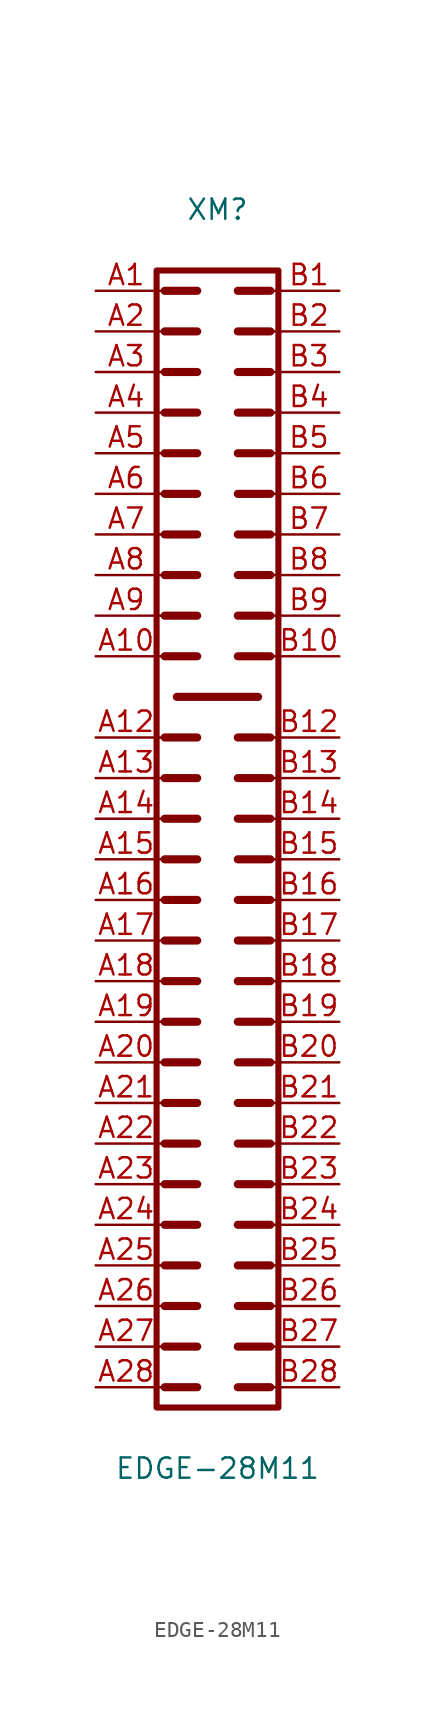
<source format=kicad_sym>
(kicad_symbol_lib
  (version 20231120)
  (generator "kicad_symbol_editor")
  (generator_version "8.0")
  (symbol "EDGE-28M11"
    (pin_names
      (offset 1.016))
    (property "Reference" "XM"
      (at 0 39.37 0)
      (effects (font (size 1.27 1.27))))
    (property "Value" "EDGE-28M11"
      (at 0 -39.37 0)
      (effects (font (size 1.27 1.27))))
    (symbol "EDGE-28M11_0_0"
      (polyline (pts (xy -2.54 8.89) (xy 2.54 8.89)) (stroke (width 0.508) (type default)) (fill (type none))))
    (symbol "EDGE-28M11_0_1"
      (rectangle (start -3.81 35.56) (end 3.81 -35.56) (stroke (width 0.381) (type default)) (fill (type none)))
      (polyline (pts (xy -3.81 -34.29) (xy -3.302 -34.29)) (stroke (width 0) (type default)) (fill (type none)))
      (polyline (pts (xy -3.81 -31.75) (xy -3.302 -31.75)) (stroke (width 0) (type default)) (fill (type none)))
      (polyline (pts (xy -3.81 -29.21) (xy -3.302 -29.21)) (stroke (width 0) (type default)) (fill (type none)))
      (polyline (pts (xy -3.81 -26.67) (xy -3.302 -26.67)) (stroke (width 0) (type default)) (fill (type none)))
      (polyline (pts (xy -3.81 -24.13) (xy -3.302 -24.13)) (stroke (width 0) (type default)) (fill (type none)))
      (polyline (pts (xy -3.81 -21.59) (xy -3.302 -21.59)) (stroke (width 0) (type default)) (fill (type none)))
      (polyline (pts (xy -3.81 -19.05) (xy -3.302 -19.05)) (stroke (width 0) (type default)) (fill (type none)))
      (polyline (pts (xy -3.81 -16.51) (xy -3.302 -16.51)) (stroke (width 0) (type default)) (fill (type none)))
      (polyline (pts (xy -3.81 -13.97) (xy -3.302 -13.97)) (stroke (width 0) (type default)) (fill (type none)))
      (polyline (pts (xy -3.81 -11.43) (xy -3.302 -11.43)) (stroke (width 0) (type default)) (fill (type none)))
      (polyline (pts (xy -3.81 -8.89) (xy -3.302 -8.89)) (stroke (width 0) (type default)) (fill (type none)))
      (polyline (pts (xy -3.81 -6.35) (xy -3.302 -6.35)) (stroke (width 0) (type default)) (fill (type none)))
      (polyline (pts (xy -3.81 -3.81) (xy -3.302 -3.81)) (stroke (width 0) (type default)) (fill (type none)))
      (polyline (pts (xy -3.81 -1.27) (xy -3.302 -1.27)) (stroke (width 0) (type default)) (fill (type none)))
      (polyline (pts (xy -3.81 1.27) (xy -3.302 1.27)) (stroke (width 0) (type default)) (fill (type none)))
      (polyline (pts (xy -3.81 3.81) (xy -3.302 3.81)) (stroke (width 0) (type default)) (fill (type none)))
      (polyline (pts (xy -3.81 6.35) (xy -3.302 6.35)) (stroke (width 0) (type default)) (fill (type none)))
      (polyline (pts (xy -3.81 11.43) (xy -3.302 11.43)) (stroke (width 0) (type default)) (fill (type none)))
      (polyline (pts (xy -3.81 13.97) (xy -3.302 13.97)) (stroke (width 0) (type default)) (fill (type none)))
      (polyline (pts (xy -3.81 16.51) (xy -3.302 16.51)) (stroke (width 0) (type default)) (fill (type none)))
      (polyline (pts (xy -3.81 19.05) (xy -3.302 19.05)) (stroke (width 0) (type default)) (fill (type none)))
      (polyline (pts (xy -3.81 21.59) (xy -3.302 21.59)) (stroke (width 0) (type default)) (fill (type none)))
      (polyline (pts (xy -3.81 24.13) (xy -3.302 24.13)) (stroke (width 0) (type default)) (fill (type none)))
      (polyline (pts (xy -3.81 26.67) (xy -3.302 26.67)) (stroke (width 0) (type default)) (fill (type none)))
      (polyline (pts (xy -3.81 29.21) (xy -3.302 29.21)) (stroke (width 0) (type default)) (fill (type none)))
      (polyline (pts (xy -3.81 31.75) (xy -3.302 31.75)) (stroke (width 0) (type default)) (fill (type none)))
      (polyline (pts (xy -3.81 34.29) (xy -3.302 34.29)) (stroke (width 0) (type default)) (fill (type none)))
      (polyline (pts (xy -3.302 -34.29) (xy -1.27 -34.29)) (stroke (width 0.508) (type default)) (fill (type none)))
      (polyline (pts (xy -3.302 -31.75) (xy -1.27 -31.75)) (stroke (width 0.508) (type default)) (fill (type none)))
      (polyline (pts (xy -3.302 -29.21) (xy -1.27 -29.21)) (stroke (width 0.508) (type default)) (fill (type none)))
      (polyline (pts (xy -3.302 -26.67) (xy -1.27 -26.67)) (stroke (width 0.508) (type default)) (fill (type none)))
      (polyline (pts (xy -3.302 -24.13) (xy -1.27 -24.13)) (stroke (width 0.508) (type default)) (fill (type none)))
      (polyline (pts (xy -3.302 -21.59) (xy -1.27 -21.59)) (stroke (width 0.508) (type default)) (fill (type none)))
      (polyline (pts (xy -3.302 -19.05) (xy -1.27 -19.05)) (stroke (width 0.508) (type default)) (fill (type none)))
      (polyline (pts (xy -3.302 -16.51) (xy -1.27 -16.51)) (stroke (width 0.508) (type default)) (fill (type none)))
      (polyline (pts (xy -3.302 -13.97) (xy -1.27 -13.97)) (stroke (width 0.508) (type default)) (fill (type none)))
      (polyline (pts (xy -3.302 -11.43) (xy -1.27 -11.43)) (stroke (width 0.508) (type default)) (fill (type none)))
      (polyline (pts (xy -3.302 -8.89) (xy -1.27 -8.89)) (stroke (width 0.508) (type default)) (fill (type none)))
      (polyline (pts (xy -3.302 -6.35) (xy -1.27 -6.35)) (stroke (width 0.508) (type default)) (fill (type none)))
      (polyline (pts (xy -3.302 -3.81) (xy -1.27 -3.81)) (stroke (width 0.508) (type default)) (fill (type none)))
      (polyline (pts (xy -3.302 -1.27) (xy -1.27 -1.27)) (stroke (width 0.508) (type default)) (fill (type none)))
      (polyline (pts (xy -3.302 1.27) (xy -1.27 1.27)) (stroke (width 0.508) (type default)) (fill (type none)))
      (polyline (pts (xy -3.302 3.81) (xy -1.27 3.81)) (stroke (width 0.508) (type default)) (fill (type none)))
      (polyline (pts (xy -3.302 6.35) (xy -1.27 6.35)) (stroke (width 0.508) (type default)) (fill (type none)))
      (polyline (pts (xy -3.302 11.43) (xy -1.27 11.43)) (stroke (width 0.508) (type default)) (fill (type none)))
      (polyline (pts (xy -3.302 13.97) (xy -1.27 13.97)) (stroke (width 0.508) (type default)) (fill (type none)))
      (polyline (pts (xy -3.302 16.51) (xy -1.27 16.51)) (stroke (width 0.508) (type default)) (fill (type none)))
      (polyline (pts (xy -3.302 19.05) (xy -1.27 19.05)) (stroke (width 0.508) (type default)) (fill (type none)))
      (polyline (pts (xy -3.302 21.59) (xy -1.27 21.59)) (stroke (width 0.508) (type default)) (fill (type none)))
      (polyline (pts (xy -3.302 24.13) (xy -1.27 24.13)) (stroke (width 0.508) (type default)) (fill (type none)))
      (polyline (pts (xy -3.302 26.67) (xy -1.27 26.67)) (stroke (width 0.508) (type default)) (fill (type none)))
      (polyline (pts (xy -3.302 29.21) (xy -1.27 29.21)) (stroke (width 0.508) (type default)) (fill (type none)))
      (polyline (pts (xy -3.302 31.75) (xy -1.27 31.75)) (stroke (width 0.508) (type default)) (fill (type none)))
      (polyline (pts (xy -3.302 34.29) (xy -1.27 34.29)) (stroke (width 0.508) (type default)) (fill (type none)))
      (polyline (pts (xy 3.302 -34.29) (xy 1.27 -34.29)) (stroke (width 0.508) (type default)) (fill (type none)))
      (polyline (pts (xy 3.302 -31.75) (xy 1.27 -31.75)) (stroke (width 0.508) (type default)) (fill (type none)))
      (polyline (pts (xy 3.302 -29.21) (xy 1.27 -29.21)) (stroke (width 0.508) (type default)) (fill (type none)))
      (polyline (pts (xy 3.302 -26.67) (xy 1.27 -26.67)) (stroke (width 0.508) (type default)) (fill (type none)))
      (polyline (pts (xy 3.302 -24.13) (xy 1.27 -24.13)) (stroke (width 0.508) (type default)) (fill (type none)))
      (polyline (pts (xy 3.302 -21.59) (xy 1.27 -21.59)) (stroke (width 0.508) (type default)) (fill (type none)))
      (polyline (pts (xy 3.302 -19.05) (xy 1.27 -19.05)) (stroke (width 0.508) (type default)) (fill (type none)))
      (polyline (pts (xy 3.302 -16.51) (xy 1.27 -16.51)) (stroke (width 0.508) (type default)) (fill (type none)))
      (polyline (pts (xy 3.302 -13.97) (xy 1.27 -13.97)) (stroke (width 0.508) (type default)) (fill (type none)))
      (polyline (pts (xy 3.302 -11.43) (xy 1.27 -11.43)) (stroke (width 0.508) (type default)) (fill (type none)))
      (polyline (pts (xy 3.302 -8.89) (xy 1.27 -8.89)) (stroke (width 0.508) (type default)) (fill (type none)))
      (polyline (pts (xy 3.302 -6.35) (xy 1.27 -6.35)) (stroke (width 0.508) (type default)) (fill (type none)))
      (polyline (pts (xy 3.302 -3.81) (xy 1.27 -3.81)) (stroke (width 0.508) (type default)) (fill (type none)))
      (polyline (pts (xy 3.302 -1.27) (xy 1.27 -1.27)) (stroke (width 0.508) (type default)) (fill (type none)))
      (polyline (pts (xy 3.302 1.27) (xy 1.27 1.27)) (stroke (width 0.508) (type default)) (fill (type none)))
      (polyline (pts (xy 3.302 3.81) (xy 1.27 3.81)) (stroke (width 0.508) (type default)) (fill (type none)))
      (polyline (pts (xy 3.302 6.35) (xy 1.27 6.35)) (stroke (width 0.508) (type default)) (fill (type none)))
      (polyline (pts (xy 3.302 11.43) (xy 1.27 11.43)) (stroke (width 0.508) (type default)) (fill (type none)))
      (polyline (pts (xy 3.302 13.97) (xy 1.27 13.97)) (stroke (width 0.508) (type default)) (fill (type none)))
      (polyline (pts (xy 3.302 16.51) (xy 1.27 16.51)) (stroke (width 0.508) (type default)) (fill (type none)))
      (polyline (pts (xy 3.302 19.05) (xy 1.27 19.05)) (stroke (width 0.508) (type default)) (fill (type none)))
      (polyline (pts (xy 3.302 21.59) (xy 1.27 21.59)) (stroke (width 0.508) (type default)) (fill (type none)))
      (polyline (pts (xy 3.302 24.13) (xy 1.27 24.13)) (stroke (width 0.508) (type default)) (fill (type none)))
      (polyline (pts (xy 3.302 26.67) (xy 1.27 26.67)) (stroke (width 0.508) (type default)) (fill (type none)))
      (polyline (pts (xy 3.302 29.21) (xy 1.27 29.21)) (stroke (width 0.508) (type default)) (fill (type none)))
      (polyline (pts (xy 3.302 31.75) (xy 1.27 31.75)) (stroke (width 0.508) (type default)) (fill (type none)))
      (polyline (pts (xy 3.302 34.29) (xy 1.27 34.29)) (stroke (width 0.508) (type default)) (fill (type none)))
      (polyline (pts (xy 3.81 -34.29) (xy 3.302 -34.29)) (stroke (width 0) (type default)) (fill (type none)))
      (polyline (pts (xy 3.81 -31.75) (xy 3.302 -31.75)) (stroke (width 0) (type default)) (fill (type none)))
      (polyline (pts (xy 3.81 -29.21) (xy 3.302 -29.21)) (stroke (width 0) (type default)) (fill (type none)))
      (polyline (pts (xy 3.81 -26.67) (xy 3.302 -26.67)) (stroke (width 0) (type default)) (fill (type none)))
      (polyline (pts (xy 3.81 -24.13) (xy 3.302 -24.13)) (stroke (width 0) (type default)) (fill (type none)))
      (polyline (pts (xy 3.81 -21.59) (xy 3.302 -21.59)) (stroke (width 0) (type default)) (fill (type none)))
      (polyline (pts (xy 3.81 -19.05) (xy 3.302 -19.05)) (stroke (width 0) (type default)) (fill (type none)))
      (polyline (pts (xy 3.81 -16.51) (xy 3.302 -16.51)) (stroke (width 0) (type default)) (fill (type none)))
      (polyline (pts (xy 3.81 -13.97) (xy 3.302 -13.97)) (stroke (width 0) (type default)) (fill (type none)))
      (polyline (pts (xy 3.81 -11.43) (xy 3.302 -11.43)) (stroke (width 0) (type default)) (fill (type none)))
      (polyline (pts (xy 3.81 -8.89) (xy 3.302 -8.89)) (stroke (width 0) (type default)) (fill (type none)))
      (polyline (pts (xy 3.81 -6.35) (xy 3.302 -6.35)) (stroke (width 0) (type default)) (fill (type none)))
      (polyline (pts (xy 3.81 -3.81) (xy 3.302 -3.81)) (stroke (width 0) (type default)) (fill (type none)))
      (polyline (pts (xy 3.81 -1.27) (xy 3.302 -1.27)) (stroke (width 0) (type default)) (fill (type none)))
      (polyline (pts (xy 3.81 1.27) (xy 3.302 1.27)) (stroke (width 0) (type default)) (fill (type none)))
      (polyline (pts (xy 3.81 3.81) (xy 3.302 3.81)) (stroke (width 0) (type default)) (fill (type none)))
      (polyline (pts (xy 3.81 6.35) (xy 3.302 6.35)) (stroke (width 0) (type default)) (fill (type none)))
      (polyline (pts (xy 3.81 11.43) (xy 3.302 11.43)) (stroke (width 0) (type default)) (fill (type none)))
      (polyline (pts (xy 3.81 13.97) (xy 3.302 13.97)) (stroke (width 0) (type default)) (fill (type none)))
      (polyline (pts (xy 3.81 16.51) (xy 3.302 16.51)) (stroke (width 0) (type default)) (fill (type none)))
      (polyline (pts (xy 3.81 19.05) (xy 3.302 19.05)) (stroke (width 0) (type default)) (fill (type none)))
      (polyline (pts (xy 3.81 21.59) (xy 3.302 21.59)) (stroke (width 0) (type default)) (fill (type none)))
      (polyline (pts (xy 3.81 24.13) (xy 3.302 24.13)) (stroke (width 0) (type default)) (fill (type none)))
      (polyline (pts (xy 3.81 26.67) (xy 3.302 26.67)) (stroke (width 0) (type default)) (fill (type none)))
      (polyline (pts (xy 3.81 29.21) (xy 3.302 29.21)) (stroke (width 0) (type default)) (fill (type none)))
      (polyline (pts (xy 3.81 31.75) (xy 3.302 31.75)) (stroke (width 0) (type default)) (fill (type none)))
      (polyline (pts (xy 3.81 34.29) (xy 3.302 34.29)) (stroke (width 0) (type default)) (fill (type none))))
    (symbol "EDGE-28M11_1_1"
      (pin passive line (at -7.62 34.29 0) (length 3.81) (name "~" (effects (font (size 1.27 1.27)))) (number "A1" (effects (font (size 1.27 1.27)))))
      (pin passive line (at -7.62 11.43 0) (length 3.81) (name "~" (effects (font (size 1.27 1.27)))) (number "A10" (effects (font (size 1.27 1.27)))))
      (pin passive line (at -7.62 6.35 0) (length 3.81) (name "~" (effects (font (size 1.27 1.27)))) (number "A12" (effects (font (size 1.27 1.27)))))
      (pin passive line (at -7.62 3.81 0) (length 3.81) (name "~" (effects (font (size 1.27 1.27)))) (number "A13" (effects (font (size 1.27 1.27)))))
      (pin passive line (at -7.62 1.27 0) (length 3.81) (name "~" (effects (font (size 1.27 1.27)))) (number "A14" (effects (font (size 1.27 1.27)))))
      (pin passive line (at -7.62 -1.27 0) (length 3.81) (name "~" (effects (font (size 1.27 1.27)))) (number "A15" (effects (font (size 1.27 1.27)))))
      (pin passive line (at -7.62 -3.81 0) (length 3.81) (name "~" (effects (font (size 1.27 1.27)))) (number "A16" (effects (font (size 1.27 1.27)))))
      (pin passive line (at -7.62 -6.35 0) (length 3.81) (name "~" (effects (font (size 1.27 1.27)))) (number "A17" (effects (font (size 1.27 1.27)))))
      (pin passive line (at -7.62 -8.89 0) (length 3.81) (name "~" (effects (font (size 1.27 1.27)))) (number "A18" (effects (font (size 1.27 1.27)))))
      (pin passive line (at -7.62 -11.43 0) (length 3.81) (name "~" (effects (font (size 1.27 1.27)))) (number "A19" (effects (font (size 1.27 1.27)))))
      (pin passive line (at -7.62 31.75 0) (length 3.81) (name "~" (effects (font (size 1.27 1.27)))) (number "A2" (effects (font (size 1.27 1.27)))))
      (pin passive line (at -7.62 -13.97 0) (length 3.81) (name "~" (effects (font (size 1.27 1.27)))) (number "A20" (effects (font (size 1.27 1.27)))))
      (pin passive line (at -7.62 -16.51 0) (length 3.81) (name "~" (effects (font (size 1.27 1.27)))) (number "A21" (effects (font (size 1.27 1.27)))))
      (pin passive line (at -7.62 -19.05 0) (length 3.81) (name "~" (effects (font (size 1.27 1.27)))) (number "A22" (effects (font (size 1.27 1.27)))))
      (pin passive line (at -7.62 -21.59 0) (length 3.81) (name "~" (effects (font (size 1.27 1.27)))) (number "A23" (effects (font (size 1.27 1.27)))))
      (pin passive line (at -7.62 -24.13 0) (length 3.81) (name "~" (effects (font (size 1.27 1.27)))) (number "A24" (effects (font (size 1.27 1.27)))))
      (pin passive line (at -7.62 -26.67 0) (length 3.81) (name "~" (effects (font (size 1.27 1.27)))) (number "A25" (effects (font (size 1.27 1.27)))))
      (pin passive line (at -7.62 -29.21 0) (length 3.81) (name "~" (effects (font (size 1.27 1.27)))) (number "A26" (effects (font (size 1.27 1.27)))))
      (pin passive line (at -7.62 -31.75 0) (length 3.81) (name "~" (effects (font (size 1.27 1.27)))) (number "A27" (effects (font (size 1.27 1.27)))))
      (pin passive line (at -7.62 -34.29 0) (length 3.81) (name "~" (effects (font (size 1.27 1.27)))) (number "A28" (effects (font (size 1.27 1.27)))))
      (pin passive line (at -7.62 29.21 0) (length 3.81) (name "~" (effects (font (size 1.27 1.27)))) (number "A3" (effects (font (size 1.27 1.27)))))
      (pin passive line (at -7.62 26.67 0) (length 3.81) (name "~" (effects (font (size 1.27 1.27)))) (number "A4" (effects (font (size 1.27 1.27)))))
      (pin passive line (at -7.62 24.13 0) (length 3.81) (name "~" (effects (font (size 1.27 1.27)))) (number "A5" (effects (font (size 1.27 1.27)))))
      (pin passive line (at -7.62 21.59 0) (length 3.81) (name "~" (effects (font (size 1.27 1.27)))) (number "A6" (effects (font (size 1.27 1.27)))))
      (pin passive line (at -7.62 19.05 0) (length 3.81) (name "~" (effects (font (size 1.27 1.27)))) (number "A7" (effects (font (size 1.27 1.27)))))
      (pin passive line (at -7.62 16.51 0) (length 3.81) (name "~" (effects (font (size 1.27 1.27)))) (number "A8" (effects (font (size 1.27 1.27)))))
      (pin passive line (at -7.62 13.97 0) (length 3.81) (name "~" (effects (font (size 1.27 1.27)))) (number "A9" (effects (font (size 1.27 1.27)))))
      (pin passive line (at 7.62 34.29 180) (length 3.81) (name "~" (effects (font (size 1.27 1.27)))) (number "B1" (effects (font (size 1.27 1.27)))))
      (pin passive line (at 7.62 11.43 180) (length 3.81) (name "~" (effects (font (size 1.27 1.27)))) (number "B10" (effects (font (size 1.27 1.27)))))
      (pin passive line (at 7.62 6.35 180) (length 3.81) (name "~" (effects (font (size 1.27 1.27)))) (number "B12" (effects (font (size 1.27 1.27)))))
      (pin passive line (at 7.62 3.81 180) (length 3.81) (name "~" (effects (font (size 1.27 1.27)))) (number "B13" (effects (font (size 1.27 1.27)))))
      (pin passive line (at 7.62 1.27 180) (length 3.81) (name "~" (effects (font (size 1.27 1.27)))) (number "B14" (effects (font (size 1.27 1.27)))))
      (pin passive line (at 7.62 -1.27 180) (length 3.81) (name "~" (effects (font (size 1.27 1.27)))) (number "B15" (effects (font (size 1.27 1.27)))))
      (pin passive line (at 7.62 -3.81 180) (length 3.81) (name "~" (effects (font (size 1.27 1.27)))) (number "B16" (effects (font (size 1.27 1.27)))))
      (pin passive line (at 7.62 -6.35 180) (length 3.81) (name "~" (effects (font (size 1.27 1.27)))) (number "B17" (effects (font (size 1.27 1.27)))))
      (pin passive line (at 7.62 -8.89 180) (length 3.81) (name "~" (effects (font (size 1.27 1.27)))) (number "B18" (effects (font (size 1.27 1.27)))))
      (pin passive line (at 7.62 -11.43 180) (length 3.81) (name "~" (effects (font (size 1.27 1.27)))) (number "B19" (effects (font (size 1.27 1.27)))))
      (pin passive line (at 7.62 31.75 180) (length 3.81) (name "~" (effects (font (size 1.27 1.27)))) (number "B2" (effects (font (size 1.27 1.27)))))
      (pin passive line (at 7.62 -13.97 180) (length 3.81) (name "~" (effects (font (size 1.27 1.27)))) (number "B20" (effects (font (size 1.27 1.27)))))
      (pin passive line (at 7.62 -16.51 180) (length 3.81) (name "~" (effects (font (size 1.27 1.27)))) (number "B21" (effects (font (size 1.27 1.27)))))
      (pin passive line (at 7.62 -19.05 180) (length 3.81) (name "~" (effects (font (size 1.27 1.27)))) (number "B22" (effects (font (size 1.27 1.27)))))
      (pin passive line (at 7.62 -21.59 180) (length 3.81) (name "~" (effects (font (size 1.27 1.27)))) (number "B23" (effects (font (size 1.27 1.27)))))
      (pin passive line (at 7.62 -24.13 180) (length 3.81) (name "~" (effects (font (size 1.27 1.27)))) (number "B24" (effects (font (size 1.27 1.27)))))
      (pin passive line (at 7.62 -26.67 180) (length 3.81) (name "~" (effects (font (size 1.27 1.27)))) (number "B25" (effects (font (size 1.27 1.27)))))
      (pin passive line (at 7.62 -29.21 180) (length 3.81) (name "~" (effects (font (size 1.27 1.27)))) (number "B26" (effects (font (size 1.27 1.27)))))
      (pin passive line (at 7.62 -31.75 180) (length 3.81) (name "~" (effects (font (size 1.27 1.27)))) (number "B27" (effects (font (size 1.27 1.27)))))
      (pin passive line (at 7.62 -34.29 180) (length 3.81) (name "~" (effects (font (size 1.27 1.27)))) (number "B28" (effects (font (size 1.27 1.27)))))
      (pin passive line (at 7.62 29.21 180) (length 3.81) (name "~" (effects (font (size 1.27 1.27)))) (number "B3" (effects (font (size 1.27 1.27)))))
      (pin passive line (at 7.62 26.67 180) (length 3.81) (name "~" (effects (font (size 1.27 1.27)))) (number "B4" (effects (font (size 1.27 1.27)))))
      (pin passive line (at 7.62 24.13 180) (length 3.81) (name "~" (effects (font (size 1.27 1.27)))) (number "B5" (effects (font (size 1.27 1.27)))))
      (pin passive line (at 7.62 21.59 180) (length 3.81) (name "~" (effects (font (size 1.27 1.27)))) (number "B6" (effects (font (size 1.27 1.27)))))
      (pin passive line (at 7.62 19.05 180) (length 3.81) (name "~" (effects (font (size 1.27 1.27)))) (number "B7" (effects (font (size 1.27 1.27)))))
      (pin passive line (at 7.62 16.51 180) (length 3.81) (name "~" (effects (font (size 1.27 1.27)))) (number "B8" (effects (font (size 1.27 1.27)))))
      (pin passive line (at 7.62 13.97 180) (length 3.81) (name "~" (effects (font (size 1.27 1.27)))) (number "B9" (effects (font (size 1.27 1.27))))))))
</source>
